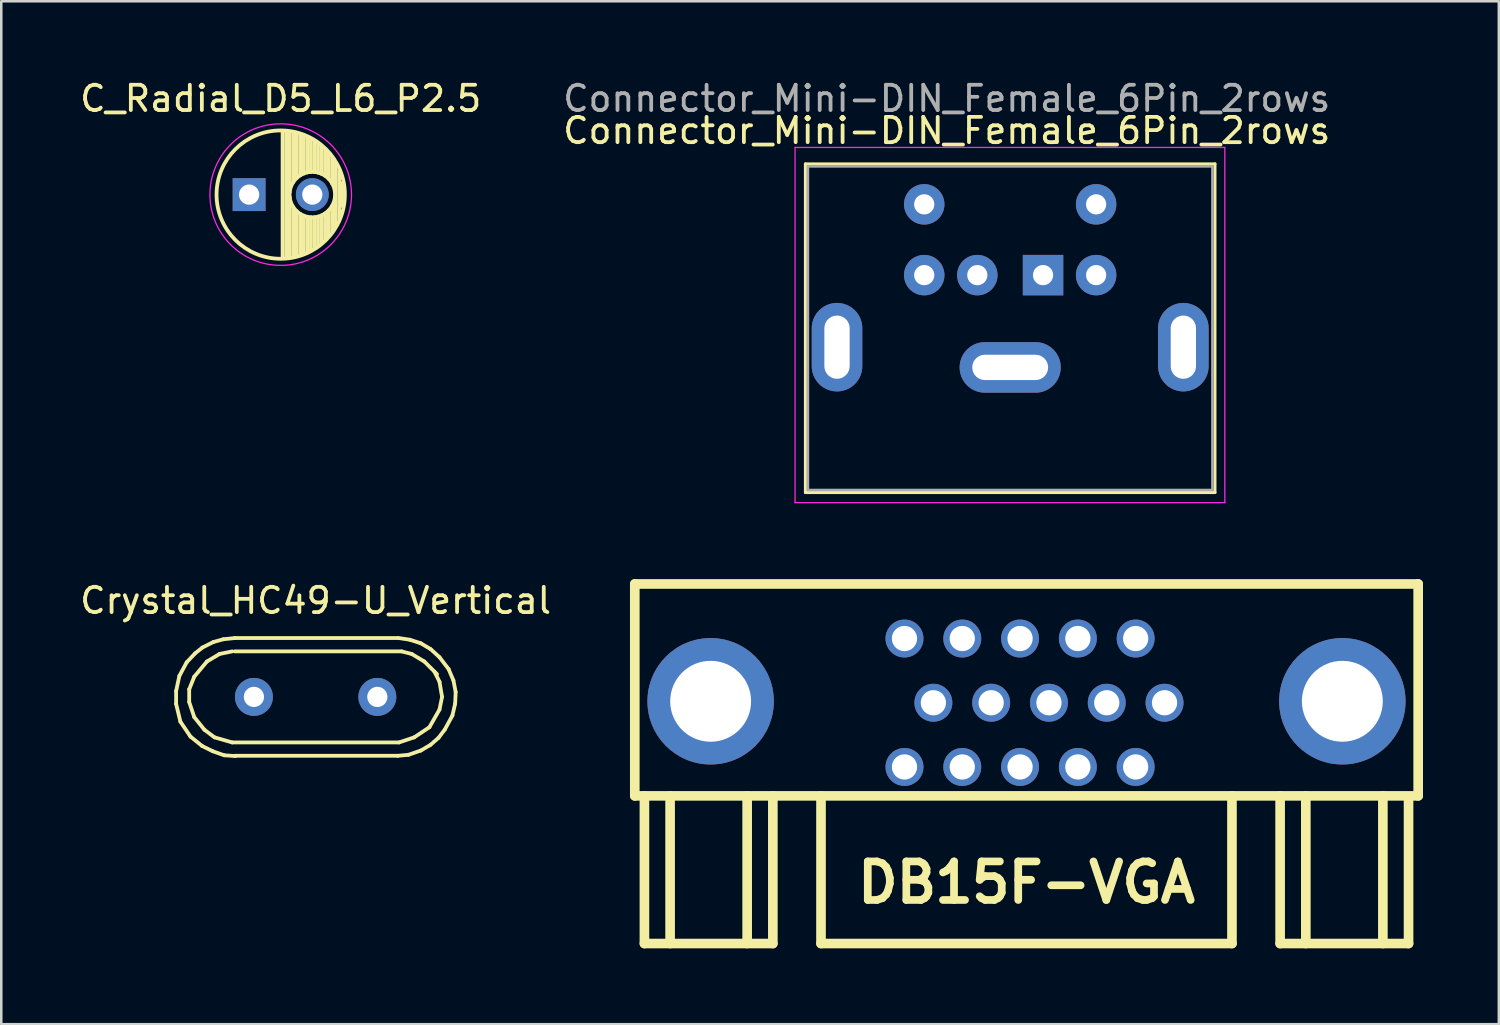
<source format=kicad_pcb>
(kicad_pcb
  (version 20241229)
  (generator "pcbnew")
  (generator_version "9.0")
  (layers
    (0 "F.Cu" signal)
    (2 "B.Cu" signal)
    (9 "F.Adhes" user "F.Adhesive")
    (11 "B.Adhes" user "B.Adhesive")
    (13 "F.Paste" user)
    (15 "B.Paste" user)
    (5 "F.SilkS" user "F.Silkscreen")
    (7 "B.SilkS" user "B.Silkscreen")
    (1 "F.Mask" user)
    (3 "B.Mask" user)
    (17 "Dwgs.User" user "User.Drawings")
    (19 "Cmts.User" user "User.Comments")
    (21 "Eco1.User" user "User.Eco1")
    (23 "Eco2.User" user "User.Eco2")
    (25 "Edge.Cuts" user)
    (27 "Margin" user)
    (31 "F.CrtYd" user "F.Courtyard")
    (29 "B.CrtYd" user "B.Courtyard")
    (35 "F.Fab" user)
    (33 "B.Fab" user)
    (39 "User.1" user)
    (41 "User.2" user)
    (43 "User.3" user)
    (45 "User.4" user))
  (footprint "Connector_Mini-DIN_Female_6Pin_2rows"
    (layer "F.Cu")
    (at 38.209 7.833)
    (property "Reference" "Connector_Mini-DIN_Female_6Pin_2rows" (at -3.81 -5.715 0) (layer "F.SilkS") (effects (font (size 1 1) (thickness 0.15))))
    (attr through_hole)
    (fp_line (start -9.4 -4.4) (end -9.4 8.6) (stroke (width 0.12) (type solid)) (layer "F.SilkS"))
    (fp_line (start -9.4 -4.4) (end 6.8 -4.4) (stroke (width 0.12) (type solid)) (layer "F.SilkS"))
    (fp_line (start -9.4 8.6) (end 6.8 8.6) (stroke (width 0.12) (type solid)) (layer "F.SilkS"))
    (fp_line (start 6.8 -4.4) (end 6.8 8.6) (stroke (width 0.12) (type solid)) (layer "F.SilkS"))
    (fp_line (start -9.81 -5.05) (end -9.81 9) (stroke (width 0.05) (type solid)) (layer "F.CrtYd"))
    (fp_line (start -9.81 -5.05) (end 7.19 -5.05) (stroke (width 0.05) (type solid)) (layer "F.CrtYd"))
    (fp_line (start 7.19 9) (end -9.81 9) (stroke (width 0.05) (type solid)) (layer "F.CrtYd"))
    (fp_line (start 7.19 9) (end 7.19 -5.05) (stroke (width 0.05) (type solid)) (layer "F.CrtYd"))
    (fp_line (start -9.3 -4.3) (end 6.7 -4.3) (stroke (width 0.1) (type solid)) (layer "F.Fab"))
    (fp_line (start -9.3 8.5) (end -9.3 -4.3) (stroke (width 0.1) (type solid)) (layer "F.Fab"))
    (fp_line (start 6.7 -4.3) (end 6.7 8.5) (stroke (width 0.1) (type solid)) (layer "F.Fab"))
    (fp_line (start 6.7 8.5) (end -9.3 8.5) (stroke (width 0.1) (type solid)) (layer "F.Fab"))
    (fp_text user "${REFERENCE}" (at -3.81 -6.985 0) (layer "F.Fab") (effects (font (size 1 1) (thickness 0.15))))
    (pad "1" thru_hole rect (at 0 0) (size 1.6 1.6) (drill 0.8) (layers "*.Cu" "*.Mask"))
    (pad "2" thru_hole circle (at -2.6 0) (size 1.6 1.6) (drill 0.8) (layers "*.Cu" "*.Mask"))
    (pad "3" thru_hole circle (at 2.1 0) (size 1.6 1.6) (drill 0.8) (layers "*.Cu" "*.Mask"))
    (pad "4" thru_hole circle (at -4.7 0) (size 1.6 1.6) (drill 0.8) (layers "*.Cu" "*.Mask"))
    (pad "5" thru_hole circle (at 2.1 -2.8) (size 1.6 1.6) (drill 0.8) (layers "*.Cu" "*.Mask"))
    (pad "6" thru_hole circle (at -4.7 -2.8) (size 1.6 1.6) (drill 0.8) (layers "*.Cu" "*.Mask"))
    (pad "7" thru_hole oval (at -8.15 2.85) (size 2 3.5) (drill oval 1 2.5) (layers "*.Cu" "*.Mask"))
    (pad "7" thru_hole oval (at -1.3 3.65) (size 4 2) (drill oval 3 1) (layers "*.Cu" "*.Mask"))
    (pad "7" thru_hole oval (at 5.55 2.85) (size 2 3.5) (drill oval 1 2.5) (layers "*.Cu" "*.Mask")))
  (footprint "DB15F-VGA"
    (layer "F.Cu")
    (at 37.554 27.161)
    (property "Reference" "DB15F-VGA" (at 0 4.699 0) (layer "F.SilkS") (effects (font (size 1.524 1.524) (thickness 0.305))))
    (attr through_hole)
    (fp_line (start -15.494 1.27) (end -15.494 -7.112) (stroke (width 0.381) (type solid)) (layer "F.SilkS"))
    (fp_line (start -15.494 1.27) (end 15.494 1.27) (stroke (width 0.381) (type solid)) (layer "F.SilkS"))
    (fp_line (start -15.113 1.27) (end -15.113 7.112) (stroke (width 0.381) (type solid)) (layer "F.SilkS"))
    (fp_line (start -15.113 7.112) (end -10.033 7.112) (stroke (width 0.381) (type solid)) (layer "F.SilkS"))
    (fp_line (start -14.097 1.27) (end -14.097 7.112) (stroke (width 0.381) (type solid)) (layer "F.SilkS"))
    (fp_line (start -11.049 1.27) (end -11.049 7.112) (stroke (width 0.381) (type solid)) (layer "F.SilkS"))
    (fp_line (start -10.033 1.27) (end -10.033 7.112) (stroke (width 0.381) (type solid)) (layer "F.SilkS"))
    (fp_line (start -8.128 1.27) (end -8.128 7.112) (stroke (width 0.381) (type solid)) (layer "F.SilkS"))
    (fp_line (start -8.128 7.112) (end 8.128 7.112) (stroke (width 0.381) (type solid)) (layer "F.SilkS"))
    (fp_line (start 8.128 7.112) (end 8.128 1.27) (stroke (width 0.381) (type solid)) (layer "F.SilkS"))
    (fp_line (start 10.033 1.27) (end 10.033 7.112) (stroke (width 0.381) (type solid)) (layer "F.SilkS"))
    (fp_line (start 10.033 7.112) (end 15.113 7.112) (stroke (width 0.381) (type solid)) (layer "F.SilkS"))
    (fp_line (start 11.049 1.27) (end 11.049 7.112) (stroke (width 0.381) (type solid)) (layer "F.SilkS"))
    (fp_line (start 14.097 1.27) (end 14.097 7.112) (stroke (width 0.381) (type solid)) (layer "F.SilkS"))
    (fp_line (start 15.113 7.112) (end 15.113 1.397) (stroke (width 0.381) (type solid)) (layer "F.SilkS"))
    (fp_line (start 15.494 -7.112) (end -15.494 -7.112) (stroke (width 0.381) (type solid)) (layer "F.SilkS"))
    (fp_line (start 15.494 -7.112) (end 15.494 1.27) (stroke (width 0.381) (type solid)) (layer "F.SilkS"))
    (pad "0" thru_hole circle (at -12.494 -2.471) (size 5.001 5.001) (drill 3.2) (layers "*.Cu" "*.Mask"))
    (pad "0" thru_hole circle (at 12.494 -2.471) (size 5.001 5.001) (drill 3.2) (layers "*.Cu" "*.Mask"))
    (pad "1" thru_hole circle (at 4.318 -4.953) (size 1.5 1.5) (drill 1) (layers "*.Cu" "*.Mask"))
    (pad "2" thru_hole circle (at 2.032 -4.953) (size 1.5 1.5) (drill 1) (layers "*.Cu" "*.Mask"))
    (pad "3" thru_hole circle (at -0.254 -4.953) (size 1.5 1.5) (drill 1) (layers "*.Cu" "*.Mask"))
    (pad "4" thru_hole circle (at -2.54 -4.953) (size 1.5 1.5) (drill 1) (layers "*.Cu" "*.Mask"))
    (pad "5" thru_hole circle (at -4.826 -4.953) (size 1.5 1.5) (drill 1) (layers "*.Cu" "*.Mask"))
    (pad "6" thru_hole circle (at 5.461 -2.413) (size 1.5 1.5) (drill 1) (layers "*.Cu" "*.Mask"))
    (pad "7" thru_hole circle (at 3.175 -2.413) (size 1.5 1.5) (drill 1) (layers "*.Cu" "*.Mask"))
    (pad "8" thru_hole circle (at 0.889 -2.413) (size 1.5 1.5) (drill 1) (layers "*.Cu" "*.Mask"))
    (pad "9" thru_hole circle (at -1.397 -2.413) (size 1.5 1.5) (drill 1) (layers "*.Cu" "*.Mask"))
    (pad "10" thru_hole circle (at -3.683 -2.413) (size 1.5 1.5) (drill 1) (layers "*.Cu" "*.Mask"))
    (pad "11" thru_hole circle (at 4.318 0.127) (size 1.5 1.5) (drill 1) (layers "*.Cu" "*.Mask"))
    (pad "12" thru_hole circle (at 2.032 0.127) (size 1.5 1.5) (drill 1) (layers "*.Cu" "*.Mask"))
    (pad "13" thru_hole circle (at -0.254 0.127) (size 1.5 1.5) (drill 1) (layers "*.Cu" "*.Mask"))
    (pad "14" thru_hole circle (at -2.54 0.127) (size 1.5 1.5) (drill 1) (layers "*.Cu" "*.Mask"))
    (pad "15" thru_hole circle (at -4.826 0.127) (size 1.5 1.5) (drill 1) (layers "*.Cu" "*.Mask")))
  (footprint "Crystal_HC49-U_Vertical"
    (layer "F.Cu")
    (at 9.435 24.517)
    (property "Reference" "Crystal_HC49-U_Vertical" (at 0 -3.81 0) (layer "F.SilkS") (effects (font (size 1 1) (thickness 0.15))))
    (attr through_hole)
    (fp_line (start -5.519 -0.231) (end -5.519 0.279) (stroke (width 0.15) (type solid)) (layer "F.SilkS"))
    (fp_line (start -5.519 0.279) (end -5.349 0.98) (stroke (width 0.15) (type solid)) (layer "F.SilkS"))
    (fp_line (start -5.39 -0.831) (end -5.519 -0.231) (stroke (width 0.15) (type solid)) (layer "F.SilkS"))
    (fp_line (start -5.349 0.98) (end -4.95 1.57) (stroke (width 0.15) (type solid)) (layer "F.SilkS"))
    (fp_line (start -5.1 -1.369) (end -5.39 -0.831) (stroke (width 0.15) (type solid)) (layer "F.SilkS"))
    (fp_line (start -5.001 -0.3) (end -4.801 -0.8) (stroke (width 0.15) (type solid)) (layer "F.SilkS"))
    (fp_line (start -5.001 0.201) (end -5.001 -0.3) (stroke (width 0.15) (type solid)) (layer "F.SilkS"))
    (fp_line (start -4.95 1.57) (end -4.491 1.941) (stroke (width 0.15) (type solid)) (layer "F.SilkS"))
    (fp_line (start -4.801 -0.8) (end -4.3 -1.4) (stroke (width 0.15) (type solid)) (layer "F.SilkS"))
    (fp_line (start -4.801 0.8) (end -5.001 0.201) (stroke (width 0.15) (type solid)) (layer "F.SilkS"))
    (fp_line (start -4.77 -1.72) (end -5.1 -1.369) (stroke (width 0.15) (type solid)) (layer "F.SilkS"))
    (fp_line (start -4.491 1.941) (end -4.069 2.149) (stroke (width 0.15) (type solid)) (layer "F.SilkS"))
    (fp_line (start -4.481 -1.951) (end -4.77 -1.72) (stroke (width 0.15) (type solid)) (layer "F.SilkS"))
    (fp_line (start -4.399 1.3) (end -4.801 0.8) (stroke (width 0.15) (type solid)) (layer "F.SilkS"))
    (fp_line (start -4.3 -1.4) (end -3.8 -1.699) (stroke (width 0.15) (type solid)) (layer "F.SilkS"))
    (fp_line (start -4.069 2.149) (end -3.619 2.309) (stroke (width 0.15) (type solid)) (layer "F.SilkS"))
    (fp_line (start -4.049 -2.169) (end -4.481 -1.951) (stroke (width 0.15) (type solid)) (layer "F.SilkS"))
    (fp_line (start -4 1.6) (end -4.399 1.3) (stroke (width 0.15) (type solid)) (layer "F.SilkS"))
    (fp_line (start -3.8 -1.699) (end -3.299 -1.801) (stroke (width 0.15) (type solid)) (layer "F.SilkS"))
    (fp_line (start -3.65 -2.281) (end -4.049 -2.169) (stroke (width 0.15) (type solid)) (layer "F.SilkS"))
    (fp_line (start -3.619 2.309) (end -3.18 2.339) (stroke (width 0.15) (type solid)) (layer "F.SilkS"))
    (fp_line (start -3.299 1.801) (end -4 1.6) (stroke (width 0.15) (type solid)) (layer "F.SilkS"))
    (fp_line (start -3.2 -2.329) (end 3.251 -2.329) (stroke (width 0.15) (type solid)) (layer "F.SilkS"))
    (fp_line (start -3.2 -1.801) (end 3.401 -1.801) (stroke (width 0.15) (type solid)) (layer "F.SilkS"))
    (fp_line (start -3.2 2.329) (end 3.251 2.329) (stroke (width 0.15) (type solid)) (layer "F.SilkS"))
    (fp_line (start -3.19 -2.329) (end -3.65 -2.281) (stroke (width 0.15) (type solid)) (layer "F.SilkS"))
    (fp_line (start 3.251 2.329) (end 3.67 2.291) (stroke (width 0.15) (type solid)) (layer "F.SilkS"))
    (fp_line (start 3.299 1.801) (end -3.299 1.801) (stroke (width 0.15) (type solid)) (layer "F.SilkS"))
    (fp_line (start 3.401 -1.801) (end 3.8 -1.699) (stroke (width 0.15) (type solid)) (layer "F.SilkS"))
    (fp_line (start 3.67 2.291) (end 4.161 2.121) (stroke (width 0.15) (type solid)) (layer "F.SilkS"))
    (fp_line (start 3.731 -2.261) (end 3.289 -2.329) (stroke (width 0.15) (type solid)) (layer "F.SilkS"))
    (fp_line (start 3.8 -1.699) (end 4.3 -1.4) (stroke (width 0.15) (type solid)) (layer "F.SilkS"))
    (fp_line (start 3.899 1.6) (end 3.299 1.801) (stroke (width 0.15) (type solid)) (layer "F.SilkS"))
    (fp_line (start 4.161 -2.121) (end 3.731 -2.261) (stroke (width 0.15) (type solid)) (layer "F.SilkS"))
    (fp_line (start 4.161 2.121) (end 4.539 1.9) (stroke (width 0.15) (type solid)) (layer "F.SilkS"))
    (fp_line (start 4.3 -1.4) (end 4.801 -0.899) (stroke (width 0.15) (type solid)) (layer "F.SilkS"))
    (fp_line (start 4.501 1.199) (end 3.899 1.6) (stroke (width 0.15) (type solid)) (layer "F.SilkS"))
    (fp_line (start 4.539 1.9) (end 4.859 1.621) (stroke (width 0.15) (type solid)) (layer "F.SilkS"))
    (fp_line (start 4.549 -1.89) (end 4.161 -2.121) (stroke (width 0.15) (type solid)) (layer "F.SilkS"))
    (fp_line (start 4.699 -1.001) (end 4.9 -0.599) (stroke (width 0.15) (type solid)) (layer "F.SilkS"))
    (fp_line (start 4.859 1.621) (end 5.11 1.29) (stroke (width 0.15) (type solid)) (layer "F.SilkS"))
    (fp_line (start 4.9 -1.57) (end 4.549 -1.89) (stroke (width 0.15) (type solid)) (layer "F.SilkS"))
    (fp_line (start 4.9 -0.599) (end 5.001 0) (stroke (width 0.15) (type solid)) (layer "F.SilkS"))
    (fp_line (start 4.9 0.5) (end 4.501 1.199) (stroke (width 0.15) (type solid)) (layer "F.SilkS"))
    (fp_line (start 5.001 0) (end 4.9 0.5) (stroke (width 0.15) (type solid)) (layer "F.SilkS"))
    (fp_line (start 5.11 1.29) (end 5.41 0.739) (stroke (width 0.15) (type solid)) (layer "F.SilkS"))
    (fp_line (start 5.26 -1.1) (end 4.9 -1.57) (stroke (width 0.15) (type solid)) (layer "F.SilkS"))
    (fp_line (start 5.41 0.739) (end 5.519 0.269) (stroke (width 0.15) (type solid)) (layer "F.SilkS"))
    (fp_line (start 5.451 -0.65) (end 5.26 -1.1) (stroke (width 0.15) (type solid)) (layer "F.SilkS"))
    (fp_line (start 5.519 0.269) (end 5.54 -0.191) (stroke (width 0.15) (type solid)) (layer "F.SilkS"))
    (fp_line (start 5.54 -0.191) (end 5.451 -0.65) (stroke (width 0.15) (type solid)) (layer "F.SilkS"))
    (pad "1" thru_hole circle (at -2.441 0) (size 1.501 1.501) (drill 0.8) (layers "*.Cu" "*.Mask"))
    (pad "2" thru_hole circle (at 2.441 0) (size 1.501 1.501) (drill 0.8) (layers "*.Cu" "*.Mask")))
  (footprint "C_Radial_D5_L6_P2.5"
    (layer "F.Cu")
    (at 6.804 4.648)
    (property "Reference" "C_Radial_D5_L6_P2.5" (at 1.25 -3.8 0) (layer "F.SilkS") (effects (font (size 1 1) (thickness 0.15))))
    (attr through_hole)
    (fp_line (start 1.325 -2.499) (end 1.325 2.499) (stroke (width 0.15) (type solid)) (layer "F.SilkS"))
    (fp_line (start 1.465 -2.491) (end 1.465 2.491) (stroke (width 0.15) (type solid)) (layer "F.SilkS"))
    (fp_line (start 1.605 -2.475) (end 1.605 -0.095) (stroke (width 0.15) (type solid)) (layer "F.SilkS"))
    (fp_line (start 1.605 0.095) (end 1.605 2.475) (stroke (width 0.15) (type solid)) (layer "F.SilkS"))
    (fp_line (start 1.745 -2.451) (end 1.745 -0.49) (stroke (width 0.15) (type solid)) (layer "F.SilkS"))
    (fp_line (start 1.745 0.49) (end 1.745 2.451) (stroke (width 0.15) (type solid)) (layer "F.SilkS"))
    (fp_line (start 1.885 -2.418) (end 1.885 -0.657) (stroke (width 0.15) (type solid)) (layer "F.SilkS"))
    (fp_line (start 1.885 0.657) (end 1.885 2.418) (stroke (width 0.15) (type solid)) (layer "F.SilkS"))
    (fp_line (start 2.025 -2.377) (end 2.025 -0.764) (stroke (width 0.15) (type solid)) (layer "F.SilkS"))
    (fp_line (start 2.025 0.764) (end 2.025 2.377) (stroke (width 0.15) (type solid)) (layer "F.SilkS"))
    (fp_line (start 2.165 -2.327) (end 2.165 -0.835) (stroke (width 0.15) (type solid)) (layer "F.SilkS"))
    (fp_line (start 2.165 0.835) (end 2.165 2.327) (stroke (width 0.15) (type solid)) (layer "F.SilkS"))
    (fp_line (start 2.305 -2.266) (end 2.305 -0.879) (stroke (width 0.15) (type solid)) (layer "F.SilkS"))
    (fp_line (start 2.305 0.879) (end 2.305 2.266) (stroke (width 0.15) (type solid)) (layer "F.SilkS"))
    (fp_line (start 2.445 -2.196) (end 2.445 -0.898) (stroke (width 0.15) (type solid)) (layer "F.SilkS"))
    (fp_line (start 2.445 0.898) (end 2.445 2.196) (stroke (width 0.15) (type solid)) (layer "F.SilkS"))
    (fp_line (start 2.585 -2.114) (end 2.585 -0.896) (stroke (width 0.15) (type solid)) (layer "F.SilkS"))
    (fp_line (start 2.585 0.896) (end 2.585 2.114) (stroke (width 0.15) (type solid)) (layer "F.SilkS"))
    (fp_line (start 2.725 -2.019) (end 2.725 -0.871) (stroke (width 0.15) (type solid)) (layer "F.SilkS"))
    (fp_line (start 2.725 0.871) (end 2.725 2.019) (stroke (width 0.15) (type solid)) (layer "F.SilkS"))
    (fp_line (start 2.865 -1.908) (end 2.865 -0.823) (stroke (width 0.15) (type solid)) (layer "F.SilkS"))
    (fp_line (start 2.865 0.823) (end 2.865 1.908) (stroke (width 0.15) (type solid)) (layer "F.SilkS"))
    (fp_line (start 3.005 -1.78) (end 3.005 -0.745) (stroke (width 0.15) (type solid)) (layer "F.SilkS"))
    (fp_line (start 3.005 0.745) (end 3.005 1.78) (stroke (width 0.15) (type solid)) (layer "F.SilkS"))
    (fp_line (start 3.145 -1.631) (end 3.145 -0.628) (stroke (width 0.15) (type solid)) (layer "F.SilkS"))
    (fp_line (start 3.145 0.628) (end 3.145 1.631) (stroke (width 0.15) (type solid)) (layer "F.SilkS"))
    (fp_line (start 3.285 -1.452) (end 3.285 -0.44) (stroke (width 0.15) (type solid)) (layer "F.SilkS"))
    (fp_line (start 3.285 0.44) (end 3.285 1.452) (stroke (width 0.15) (type solid)) (layer "F.SilkS"))
    (fp_line (start 3.425 -1.233) (end 3.425 1.233) (stroke (width 0.15) (type solid)) (layer "F.SilkS"))
    (fp_line (start 3.565 -0.944) (end 3.565 0.944) (stroke (width 0.15) (type solid)) (layer "F.SilkS"))
    (fp_line (start 3.705 -0.472) (end 3.705 0.472) (stroke (width 0.15) (type solid)) (layer "F.SilkS"))
    (fp_circle (center 1.25 0) (end 1.25 -2.538) (stroke (width 0.15) (type solid)) (fill no) (layer "F.SilkS"))
    (fp_circle (center 2.5 0) (end 2.5 -0.9) (stroke (width 0.15) (type solid)) (fill no) (layer "F.SilkS"))
    (fp_circle (center 1.25 0) (end 1.25 -2.8) (stroke (width 0.05) (type solid)) (fill no) (layer "F.CrtYd"))
    (pad "1" thru_hole rect (at 0 0) (size 1.3 1.3) (drill 0.8) (layers "*.Cu" "*.Mask"))
    (pad "2" thru_hole circle (at 2.5 0) (size 1.3 1.3) (drill 0.8) (layers "*.Cu" "*.Mask")))
  (gr_rect
    (start -3 -3)
    (end 56.238 37.463)
    (stroke (width 0.1) (type default))
    (fill no)
    (layer "Edge.Cuts")))
</source>
